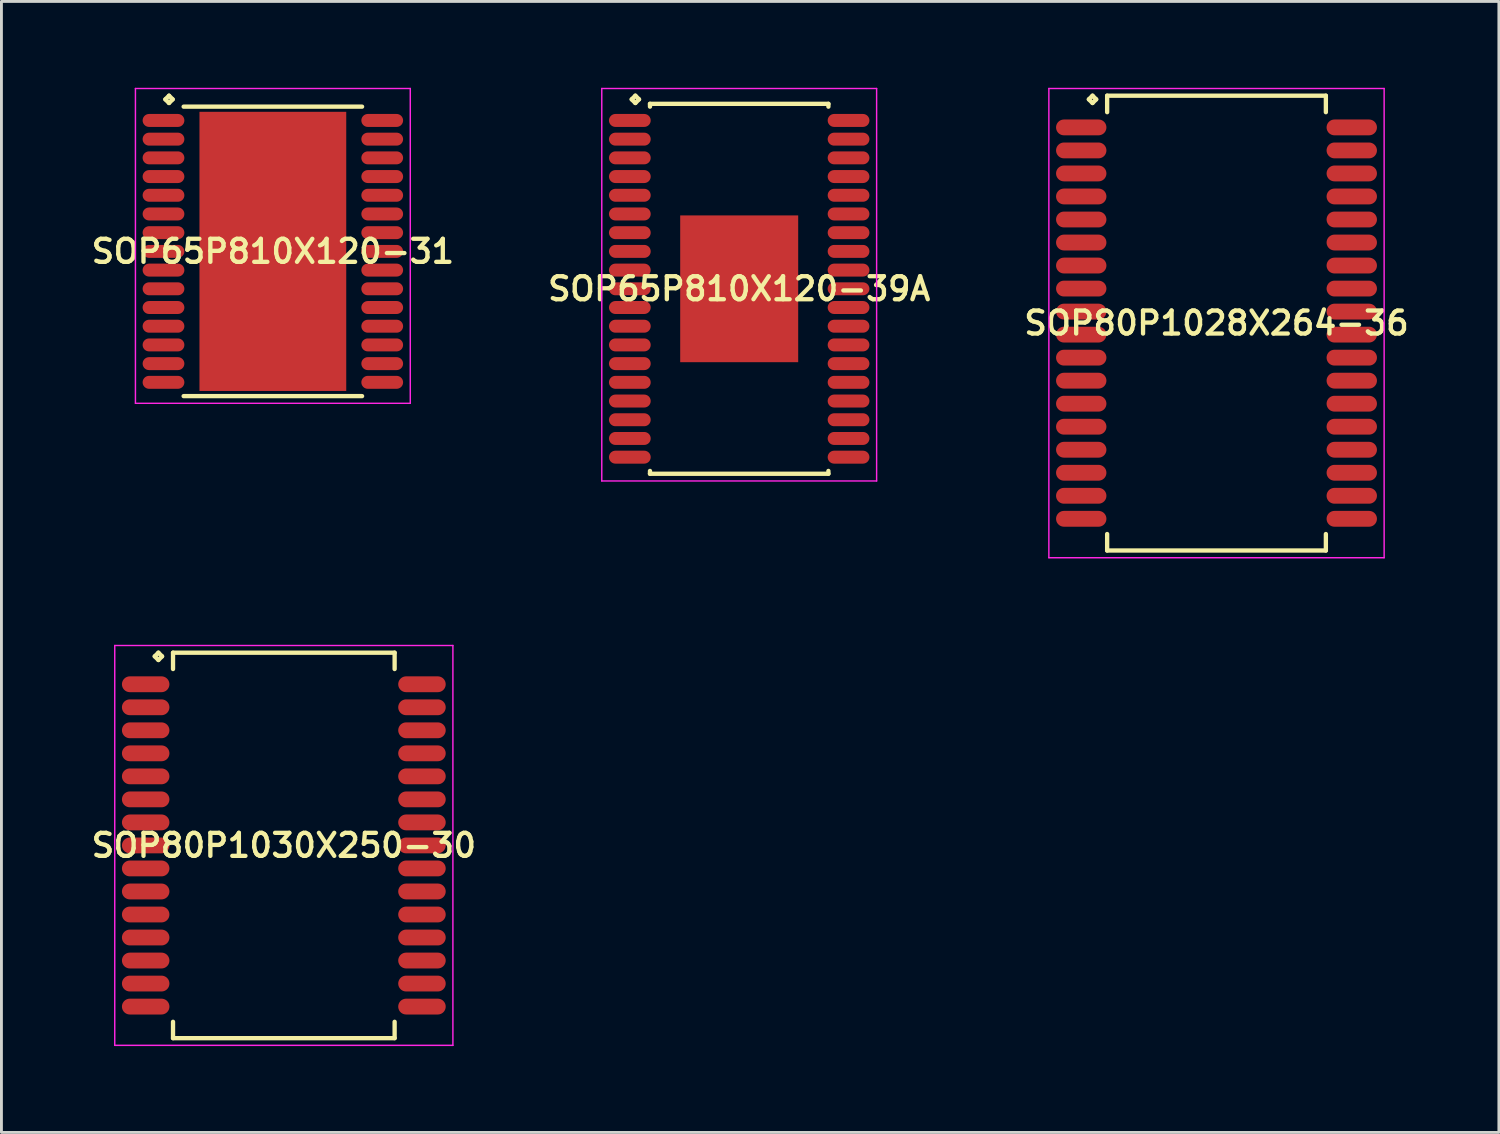
<source format=kicad_pcb>
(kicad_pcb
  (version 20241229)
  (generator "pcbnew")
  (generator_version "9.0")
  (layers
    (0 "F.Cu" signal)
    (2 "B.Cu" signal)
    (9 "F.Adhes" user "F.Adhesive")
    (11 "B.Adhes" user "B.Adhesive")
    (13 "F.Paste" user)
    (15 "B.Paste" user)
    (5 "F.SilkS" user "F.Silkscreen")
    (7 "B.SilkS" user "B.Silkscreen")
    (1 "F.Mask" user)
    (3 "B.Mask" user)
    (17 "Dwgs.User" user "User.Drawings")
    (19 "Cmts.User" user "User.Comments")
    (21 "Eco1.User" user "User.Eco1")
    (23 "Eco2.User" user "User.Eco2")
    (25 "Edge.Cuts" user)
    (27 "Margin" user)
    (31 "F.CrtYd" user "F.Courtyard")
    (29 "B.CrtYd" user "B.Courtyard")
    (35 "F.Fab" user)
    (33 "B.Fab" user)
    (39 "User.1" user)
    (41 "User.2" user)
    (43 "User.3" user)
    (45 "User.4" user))
  (footprint "SOP80P1030X250-30"
    (layer "F.Cu")
    (at 6.812 26.326)
    (property "Reference" "SOP80P1030X250-30" (at 0 0 0) (layer "F.SilkS") (effects (font (size 0.8 0.8) (thickness 0.15))))
    (attr smd)
    (fp_line (start -4.485 -6.57) (end -4.358 -6.697) (stroke (width 0.15) (type solid)) (layer "F.SilkS"))
    (fp_line (start -4.358 -6.697) (end -4.231 -6.57) (stroke (width 0.15) (type solid)) (layer "F.SilkS"))
    (fp_line (start -4.358 -6.443) (end -4.485 -6.57) (stroke (width 0.15) (type solid)) (layer "F.SilkS"))
    (fp_line (start -4.231 -6.57) (end -4.358 -6.443) (stroke (width 0.15) (type solid)) (layer "F.SilkS"))
    (fp_line (start -3.85 -6.697) (end 3.85 -6.697) (stroke (width 0.15) (type solid)) (layer "F.SilkS"))
    (fp_line (start -3.85 -6.129) (end -3.85 -6.697) (stroke (width 0.15) (type solid)) (layer "F.SilkS"))
    (fp_line (start -3.85 6.129) (end -3.85 6.697) (stroke (width 0.15) (type solid)) (layer "F.SilkS"))
    (fp_line (start -3.85 6.697) (end 3.85 6.697) (stroke (width 0.15) (type solid)) (layer "F.SilkS"))
    (fp_line (start 3.85 -6.697) (end 3.85 -6.129) (stroke (width 0.15) (type solid)) (layer "F.SilkS"))
    (fp_line (start 3.85 6.697) (end 3.85 6.129) (stroke (width 0.15) (type solid)) (layer "F.SilkS"))
    (fp_line (start -5.875 -6.947) (end 5.875 -6.947) (stroke (width 0.05) (type solid)) (layer "F.CrtYd"))
    (fp_line (start -5.875 6.947) (end -5.875 -6.947) (stroke (width 0.05) (type solid)) (layer "F.CrtYd"))
    (fp_line (start 5.875 -6.947) (end 5.875 6.947) (stroke (width 0.05) (type solid)) (layer "F.CrtYd"))
    (fp_line (start 5.875 6.947) (end -5.875 6.947) (stroke (width 0.05) (type solid)) (layer "F.CrtYd"))
    (pad "1" smd oval (at -4.8 -5.6) (size 1.65 0.55) (layers "F.Cu" "F.Mask" "F.Paste"))
    (pad "2" smd oval (at -4.8 -4.8) (size 1.65 0.55) (layers "F.Cu" "F.Mask" "F.Paste"))
    (pad "3" smd oval (at -4.8 -4) (size 1.65 0.55) (layers "F.Cu" "F.Mask" "F.Paste"))
    (pad "4" smd oval (at -4.8 -3.2) (size 1.65 0.55) (layers "F.Cu" "F.Mask" "F.Paste"))
    (pad "5" smd oval (at -4.8 -2.4) (size 1.65 0.55) (layers "F.Cu" "F.Mask" "F.Paste"))
    (pad "6" smd oval (at -4.8 -1.6) (size 1.65 0.55) (layers "F.Cu" "F.Mask" "F.Paste"))
    (pad "7" smd oval (at -4.8 -0.8) (size 1.65 0.55) (layers "F.Cu" "F.Mask" "F.Paste"))
    (pad "8" smd oval (at -4.8 0) (size 1.65 0.55) (layers "F.Cu" "F.Mask" "F.Paste"))
    (pad "9" smd oval (at -4.8 0.8) (size 1.65 0.55) (layers "F.Cu" "F.Mask" "F.Paste"))
    (pad "10" smd oval (at -4.8 1.6) (size 1.65 0.55) (layers "F.Cu" "F.Mask" "F.Paste"))
    (pad "11" smd oval (at -4.8 2.4) (size 1.65 0.55) (layers "F.Cu" "F.Mask" "F.Paste"))
    (pad "12" smd oval (at -4.8 3.2) (size 1.65 0.55) (layers "F.Cu" "F.Mask" "F.Paste"))
    (pad "13" smd oval (at -4.8 4) (size 1.65 0.55) (layers "F.Cu" "F.Mask" "F.Paste"))
    (pad "14" smd oval (at -4.8 4.8) (size 1.65 0.55) (layers "F.Cu" "F.Mask" "F.Paste"))
    (pad "15" smd oval (at -4.8 5.6) (size 1.65 0.55) (layers "F.Cu" "F.Mask" "F.Paste"))
    (pad "16" smd oval (at 4.8 5.6) (size 1.65 0.55) (layers "F.Cu" "F.Mask" "F.Paste"))
    (pad "17" smd oval (at 4.8 4.8) (size 1.65 0.55) (layers "F.Cu" "F.Mask" "F.Paste"))
    (pad "18" smd oval (at 4.8 4) (size 1.65 0.55) (layers "F.Cu" "F.Mask" "F.Paste"))
    (pad "19" smd oval (at 4.8 3.2) (size 1.65 0.55) (layers "F.Cu" "F.Mask" "F.Paste"))
    (pad "20" smd oval (at 4.8 2.4) (size 1.65 0.55) (layers "F.Cu" "F.Mask" "F.Paste"))
    (pad "21" smd oval (at 4.8 1.6) (size 1.65 0.55) (layers "F.Cu" "F.Mask" "F.Paste"))
    (pad "22" smd oval (at 4.8 0.8) (size 1.65 0.55) (layers "F.Cu" "F.Mask" "F.Paste"))
    (pad "23" smd oval (at 4.8 0) (size 1.65 0.55) (layers "F.Cu" "F.Mask" "F.Paste"))
    (pad "24" smd oval (at 4.8 -0.8) (size 1.65 0.55) (layers "F.Cu" "F.Mask" "F.Paste"))
    (pad "25" smd oval (at 4.8 -1.6) (size 1.65 0.55) (layers "F.Cu" "F.Mask" "F.Paste"))
    (pad "26" smd oval (at 4.8 -2.4) (size 1.65 0.55) (layers "F.Cu" "F.Mask" "F.Paste"))
    (pad "27" smd oval (at 4.8 -3.2) (size 1.65 0.55) (layers "F.Cu" "F.Mask" "F.Paste"))
    (pad "28" smd oval (at 4.8 -4) (size 1.65 0.55) (layers "F.Cu" "F.Mask" "F.Paste"))
    (pad "29" smd oval (at 4.8 -4.8) (size 1.65 0.55) (layers "F.Cu" "F.Mask" "F.Paste"))
    (pad "30" smd oval (at 4.8 -5.6) (size 1.65 0.55) (layers "F.Cu" "F.Mask" "F.Paste")))
  (footprint "SOP80P1028X264-36"
    (layer "F.Cu")
    (at 39.22 8.177)
    (property "Reference" "SOP80P1028X264-36" (at 0 0 0) (layer "F.SilkS") (effects (font (size 0.8 0.8) (thickness 0.15))))
    (attr smd)
    (fp_line (start -4.435 -7.775) (end -4.308 -7.902) (stroke (width 0.15) (type solid)) (layer "F.SilkS"))
    (fp_line (start -4.308 -7.902) (end -4.181 -7.775) (stroke (width 0.15) (type solid)) (layer "F.SilkS"))
    (fp_line (start -4.308 -7.648) (end -4.435 -7.775) (stroke (width 0.15) (type solid)) (layer "F.SilkS"))
    (fp_line (start -4.181 -7.775) (end -4.308 -7.648) (stroke (width 0.15) (type solid)) (layer "F.SilkS"))
    (fp_line (start -3.8 -7.902) (end 3.8 -7.902) (stroke (width 0.15) (type solid)) (layer "F.SilkS"))
    (fp_line (start -3.8 -7.329) (end -3.8 -7.902) (stroke (width 0.15) (type solid)) (layer "F.SilkS"))
    (fp_line (start -3.8 7.329) (end -3.8 7.902) (stroke (width 0.15) (type solid)) (layer "F.SilkS"))
    (fp_line (start -3.8 7.902) (end 3.8 7.902) (stroke (width 0.15) (type solid)) (layer "F.SilkS"))
    (fp_line (start 3.8 -7.902) (end 3.8 -7.329) (stroke (width 0.15) (type solid)) (layer "F.SilkS"))
    (fp_line (start 3.8 7.902) (end 3.8 7.329) (stroke (width 0.15) (type solid)) (layer "F.SilkS"))
    (fp_line (start -5.825 -8.152) (end 5.825 -8.152) (stroke (width 0.05) (type solid)) (layer "F.CrtYd"))
    (fp_line (start -5.825 8.152) (end -5.825 -8.152) (stroke (width 0.05) (type solid)) (layer "F.CrtYd"))
    (fp_line (start 5.825 -8.152) (end 5.825 8.152) (stroke (width 0.05) (type solid)) (layer "F.CrtYd"))
    (fp_line (start 5.825 8.152) (end -5.825 8.152) (stroke (width 0.05) (type solid)) (layer "F.CrtYd"))
    (pad "1" smd oval (at -4.7 -6.8) (size 1.75 0.55) (layers "F.Cu" "F.Mask" "F.Paste"))
    (pad "2" smd oval (at -4.7 -6) (size 1.75 0.55) (layers "F.Cu" "F.Mask" "F.Paste"))
    (pad "3" smd oval (at -4.7 -5.2) (size 1.75 0.55) (layers "F.Cu" "F.Mask" "F.Paste"))
    (pad "4" smd oval (at -4.7 -4.4) (size 1.75 0.55) (layers "F.Cu" "F.Mask" "F.Paste"))
    (pad "5" smd oval (at -4.7 -3.6) (size 1.75 0.55) (layers "F.Cu" "F.Mask" "F.Paste"))
    (pad "6" smd oval (at -4.7 -2.8) (size 1.75 0.55) (layers "F.Cu" "F.Mask" "F.Paste"))
    (pad "7" smd oval (at -4.7 -2) (size 1.75 0.55) (layers "F.Cu" "F.Mask" "F.Paste"))
    (pad "8" smd oval (at -4.7 -1.2) (size 1.75 0.55) (layers "F.Cu" "F.Mask" "F.Paste"))
    (pad "9" smd oval (at -4.7 -0.4) (size 1.75 0.55) (layers "F.Cu" "F.Mask" "F.Paste"))
    (pad "10" smd oval (at -4.7 0.4) (size 1.75 0.55) (layers "F.Cu" "F.Mask" "F.Paste"))
    (pad "11" smd oval (at -4.7 1.2) (size 1.75 0.55) (layers "F.Cu" "F.Mask" "F.Paste"))
    (pad "12" smd oval (at -4.7 2) (size 1.75 0.55) (layers "F.Cu" "F.Mask" "F.Paste"))
    (pad "13" smd oval (at -4.7 2.8) (size 1.75 0.55) (layers "F.Cu" "F.Mask" "F.Paste"))
    (pad "14" smd oval (at -4.7 3.6) (size 1.75 0.55) (layers "F.Cu" "F.Mask" "F.Paste"))
    (pad "15" smd oval (at -4.7 4.4) (size 1.75 0.55) (layers "F.Cu" "F.Mask" "F.Paste"))
    (pad "16" smd oval (at -4.7 5.2) (size 1.75 0.55) (layers "F.Cu" "F.Mask" "F.Paste"))
    (pad "17" smd oval (at -4.7 6) (size 1.75 0.55) (layers "F.Cu" "F.Mask" "F.Paste"))
    (pad "18" smd oval (at -4.7 6.8) (size 1.75 0.55) (layers "F.Cu" "F.Mask" "F.Paste"))
    (pad "19" smd oval (at 4.7 6.8) (size 1.75 0.55) (layers "F.Cu" "F.Mask" "F.Paste"))
    (pad "20" smd oval (at 4.7 6) (size 1.75 0.55) (layers "F.Cu" "F.Mask" "F.Paste"))
    (pad "21" smd oval (at 4.7 5.2) (size 1.75 0.55) (layers "F.Cu" "F.Mask" "F.Paste"))
    (pad "22" smd oval (at 4.7 4.4) (size 1.75 0.55) (layers "F.Cu" "F.Mask" "F.Paste"))
    (pad "23" smd oval (at 4.7 3.6) (size 1.75 0.55) (layers "F.Cu" "F.Mask" "F.Paste"))
    (pad "24" smd oval (at 4.7 2.8) (size 1.75 0.55) (layers "F.Cu" "F.Mask" "F.Paste"))
    (pad "25" smd oval (at 4.7 2) (size 1.75 0.55) (layers "F.Cu" "F.Mask" "F.Paste"))
    (pad "26" smd oval (at 4.7 1.2) (size 1.75 0.55) (layers "F.Cu" "F.Mask" "F.Paste"))
    (pad "27" smd oval (at 4.7 0.4) (size 1.75 0.55) (layers "F.Cu" "F.Mask" "F.Paste"))
    (pad "28" smd oval (at 4.7 -0.4) (size 1.75 0.55) (layers "F.Cu" "F.Mask" "F.Paste"))
    (pad "29" smd oval (at 4.7 -1.2) (size 1.75 0.55) (layers "F.Cu" "F.Mask" "F.Paste"))
    (pad "30" smd oval (at 4.7 -2) (size 1.75 0.55) (layers "F.Cu" "F.Mask" "F.Paste"))
    (pad "31" smd oval (at 4.7 -2.8) (size 1.75 0.55) (layers "F.Cu" "F.Mask" "F.Paste"))
    (pad "32" smd oval (at 4.7 -3.6) (size 1.75 0.55) (layers "F.Cu" "F.Mask" "F.Paste"))
    (pad "33" smd oval (at 4.7 -4.4) (size 1.75 0.55) (layers "F.Cu" "F.Mask" "F.Paste"))
    (pad "34" smd oval (at 4.7 -5.2) (size 1.75 0.55) (layers "F.Cu" "F.Mask" "F.Paste"))
    (pad "35" smd oval (at 4.7 -6) (size 1.75 0.55) (layers "F.Cu" "F.Mask" "F.Paste"))
    (pad "36" smd oval (at 4.7 -6.8) (size 1.75 0.55) (layers "F.Cu" "F.Mask" "F.Paste")))
  (footprint "SOP65P810X120-31"
    (layer "F.Cu")
    (at 6.431 5.685)
    (property "Reference" "SOP65P810X120-31" (at 0 0 0) (layer "F.SilkS") (effects (font (size 0.8 0.8) (thickness 0.15))))
    (attr smd)
    (fp_line (start -3.735 -5.283) (end -3.608 -5.41) (stroke (width 0.15) (type solid)) (layer "F.SilkS"))
    (fp_line (start -3.608 -5.41) (end -3.481 -5.283) (stroke (width 0.15) (type solid)) (layer "F.SilkS"))
    (fp_line (start -3.608 -5.156) (end -3.735 -5.283) (stroke (width 0.15) (type solid)) (layer "F.SilkS"))
    (fp_line (start -3.481 -5.283) (end -3.608 -5.156) (stroke (width 0.15) (type solid)) (layer "F.SilkS"))
    (fp_line (start -3.1 -5.029) (end 3.1 -5.029) (stroke (width 0.15) (type solid)) (layer "F.SilkS"))
    (fp_line (start -3.1 5.029) (end 3.1 5.029) (stroke (width 0.15) (type solid)) (layer "F.SilkS"))
    (fp_line (start -4.775 -5.66) (end 4.775 -5.66) (stroke (width 0.05) (type solid)) (layer "F.CrtYd"))
    (fp_line (start -4.775 5.279) (end -4.775 -5.66) (stroke (width 0.05) (type solid)) (layer "F.CrtYd"))
    (fp_line (start 4.775 -5.66) (end 4.775 5.279) (stroke (width 0.05) (type solid)) (layer "F.CrtYd"))
    (fp_line (start 4.775 5.279) (end -4.775 5.279) (stroke (width 0.05) (type solid)) (layer "F.CrtYd"))
    (pad "1" smd oval (at -3.8 -4.55) (size 1.45 0.45) (layers "F.Cu" "F.Mask" "F.Paste"))
    (pad "2" smd oval (at -3.8 -3.9) (size 1.45 0.45) (layers "F.Cu" "F.Mask" "F.Paste"))
    (pad "3" smd oval (at -3.8 -3.25) (size 1.45 0.45) (layers "F.Cu" "F.Mask" "F.Paste"))
    (pad "4" smd oval (at -3.8 -2.6) (size 1.45 0.45) (layers "F.Cu" "F.Mask" "F.Paste"))
    (pad "5" smd oval (at -3.8 -1.95) (size 1.45 0.45) (layers "F.Cu" "F.Mask" "F.Paste"))
    (pad "6" smd oval (at -3.8 -1.3) (size 1.45 0.45) (layers "F.Cu" "F.Mask" "F.Paste"))
    (pad "7" smd oval (at -3.8 -0.65) (size 1.45 0.45) (layers "F.Cu" "F.Mask" "F.Paste"))
    (pad "8" smd oval (at -3.8 0) (size 1.45 0.45) (layers "F.Cu" "F.Mask" "F.Paste"))
    (pad "9" smd oval (at -3.8 0.65) (size 1.45 0.45) (layers "F.Cu" "F.Mask" "F.Paste"))
    (pad "10" smd oval (at -3.8 1.3) (size 1.45 0.45) (layers "F.Cu" "F.Mask" "F.Paste"))
    (pad "11" smd oval (at -3.8 1.95) (size 1.45 0.45) (layers "F.Cu" "F.Mask" "F.Paste"))
    (pad "12" smd oval (at -3.8 2.6) (size 1.45 0.45) (layers "F.Cu" "F.Mask" "F.Paste"))
    (pad "13" smd oval (at -3.8 3.25) (size 1.45 0.45) (layers "F.Cu" "F.Mask" "F.Paste"))
    (pad "14" smd oval (at -3.8 3.9) (size 1.45 0.45) (layers "F.Cu" "F.Mask" "F.Paste"))
    (pad "15" smd oval (at -3.8 4.55) (size 1.45 0.45) (layers "F.Cu" "F.Mask" "F.Paste"))
    (pad "16" smd oval (at 3.8 4.55) (size 1.45 0.45) (layers "F.Cu" "F.Mask" "F.Paste"))
    (pad "17" smd oval (at 3.8 3.9) (size 1.45 0.45) (layers "F.Cu" "F.Mask" "F.Paste"))
    (pad "18" smd oval (at 3.8 3.25) (size 1.45 0.45) (layers "F.Cu" "F.Mask" "F.Paste"))
    (pad "19" smd oval (at 3.8 2.6) (size 1.45 0.45) (layers "F.Cu" "F.Mask" "F.Paste"))
    (pad "20" smd oval (at 3.8 1.95) (size 1.45 0.45) (layers "F.Cu" "F.Mask" "F.Paste"))
    (pad "21" smd oval (at 3.8 1.3) (size 1.45 0.45) (layers "F.Cu" "F.Mask" "F.Paste"))
    (pad "22" smd oval (at 3.8 0.65) (size 1.45 0.45) (layers "F.Cu" "F.Mask" "F.Paste"))
    (pad "23" smd oval (at 3.8 0) (size 1.45 0.45) (layers "F.Cu" "F.Mask" "F.Paste"))
    (pad "24" smd oval (at 3.8 -0.65) (size 1.45 0.45) (layers "F.Cu" "F.Mask" "F.Paste"))
    (pad "25" smd oval (at 3.8 -1.3) (size 1.45 0.45) (layers "F.Cu" "F.Mask" "F.Paste"))
    (pad "26" smd oval (at 3.8 -1.95) (size 1.45 0.45) (layers "F.Cu" "F.Mask" "F.Paste"))
    (pad "27" smd oval (at 3.8 -2.6) (size 1.45 0.45) (layers "F.Cu" "F.Mask" "F.Paste"))
    (pad "28" smd oval (at 3.8 -3.25) (size 1.45 0.45) (layers "F.Cu" "F.Mask" "F.Paste"))
    (pad "29" smd oval (at 3.8 -3.9) (size 1.45 0.45) (layers "F.Cu" "F.Mask" "F.Paste"))
    (pad "30" smd oval (at 3.8 -4.55) (size 1.45 0.45) (layers "F.Cu" "F.Mask" "F.Paste"))
    (pad "31" smd rect (at 0 0) (size 5.1 9.7) (layers "F.Cu" "F.Mask" "F.Paste")))
  (footprint "SOP65P810X120-39A"
    (layer "F.Cu")
    (at 22.635 6.985)
    (property "Reference" "SOP65P810X120-39A" (at 0 0 0) (layer "F.SilkS") (effects (font (size 0.8 0.8) (thickness 0.15))))
    (attr smd)
    (fp_line (start -3.735 -6.583) (end -3.608 -6.71) (stroke (width 0.15) (type solid)) (layer "F.SilkS"))
    (fp_line (start -3.608 -6.71) (end -3.481 -6.583) (stroke (width 0.15) (type solid)) (layer "F.SilkS"))
    (fp_line (start -3.608 -6.456) (end -3.735 -6.583) (stroke (width 0.15) (type solid)) (layer "F.SilkS"))
    (fp_line (start -3.481 -6.583) (end -3.608 -6.456) (stroke (width 0.15) (type solid)) (layer "F.SilkS"))
    (fp_line (start -3.1 -6.427) (end 3.1 -6.427) (stroke (width 0.15) (type solid)) (layer "F.SilkS"))
    (fp_line (start -3.1 -6.329) (end -3.1 -6.427) (stroke (width 0.15) (type solid)) (layer "F.SilkS"))
    (fp_line (start -3.1 6.329) (end -3.1 6.427) (stroke (width 0.15) (type solid)) (layer "F.SilkS"))
    (fp_line (start -3.1 6.427) (end 3.1 6.427) (stroke (width 0.15) (type solid)) (layer "F.SilkS"))
    (fp_line (start 3.1 -6.427) (end 3.1 -6.329) (stroke (width 0.15) (type solid)) (layer "F.SilkS"))
    (fp_line (start 3.1 6.427) (end 3.1 6.329) (stroke (width 0.15) (type solid)) (layer "F.SilkS"))
    (fp_line (start -4.775 -6.96) (end 4.775 -6.96) (stroke (width 0.05) (type solid)) (layer "F.CrtYd"))
    (fp_line (start -4.775 6.677) (end -4.775 -6.96) (stroke (width 0.05) (type solid)) (layer "F.CrtYd"))
    (fp_line (start 4.775 -6.96) (end 4.775 6.677) (stroke (width 0.05) (type solid)) (layer "F.CrtYd"))
    (fp_line (start 4.775 6.677) (end -4.775 6.677) (stroke (width 0.05) (type solid)) (layer "F.CrtYd"))
    (pad "1" smd oval (at -3.8 -5.85) (size 1.45 0.45) (layers "F.Cu" "F.Mask" "F.Paste"))
    (pad "2" smd oval (at -3.8 -5.2) (size 1.45 0.45) (layers "F.Cu" "F.Mask" "F.Paste"))
    (pad "3" smd oval (at -3.8 -4.55) (size 1.45 0.45) (layers "F.Cu" "F.Mask" "F.Paste"))
    (pad "4" smd oval (at -3.8 -3.9) (size 1.45 0.45) (layers "F.Cu" "F.Mask" "F.Paste"))
    (pad "5" smd oval (at -3.8 -3.25) (size 1.45 0.45) (layers "F.Cu" "F.Mask" "F.Paste"))
    (pad "6" smd oval (at -3.8 -2.6) (size 1.45 0.45) (layers "F.Cu" "F.Mask" "F.Paste"))
    (pad "7" smd oval (at -3.8 -1.95) (size 1.45 0.45) (layers "F.Cu" "F.Mask" "F.Paste"))
    (pad "8" smd oval (at -3.8 -1.3) (size 1.45 0.45) (layers "F.Cu" "F.Mask" "F.Paste"))
    (pad "9" smd oval (at -3.8 -0.65) (size 1.45 0.45) (layers "F.Cu" "F.Mask" "F.Paste"))
    (pad "10" smd oval (at -3.8 0) (size 1.45 0.45) (layers "F.Cu" "F.Mask" "F.Paste"))
    (pad "11" smd oval (at -3.8 0.65) (size 1.45 0.45) (layers "F.Cu" "F.Mask" "F.Paste"))
    (pad "12" smd oval (at -3.8 1.3) (size 1.45 0.45) (layers "F.Cu" "F.Mask" "F.Paste"))
    (pad "13" smd oval (at -3.8 1.95) (size 1.45 0.45) (layers "F.Cu" "F.Mask" "F.Paste"))
    (pad "14" smd oval (at -3.8 2.6) (size 1.45 0.45) (layers "F.Cu" "F.Mask" "F.Paste"))
    (pad "15" smd oval (at -3.8 3.25) (size 1.45 0.45) (layers "F.Cu" "F.Mask" "F.Paste"))
    (pad "16" smd oval (at -3.8 3.9) (size 1.45 0.45) (layers "F.Cu" "F.Mask" "F.Paste"))
    (pad "17" smd oval (at -3.8 4.55) (size 1.45 0.45) (layers "F.Cu" "F.Mask" "F.Paste"))
    (pad "18" smd oval (at -3.8 5.2) (size 1.45 0.45) (layers "F.Cu" "F.Mask" "F.Paste"))
    (pad "19" smd oval (at -3.8 5.85) (size 1.45 0.45) (layers "F.Cu" "F.Mask" "F.Paste"))
    (pad "20" smd oval (at 3.8 5.85) (size 1.45 0.45) (layers "F.Cu" "F.Mask" "F.Paste"))
    (pad "21" smd oval (at 3.8 5.2) (size 1.45 0.45) (layers "F.Cu" "F.Mask" "F.Paste"))
    (pad "22" smd oval (at 3.8 4.55) (size 1.45 0.45) (layers "F.Cu" "F.Mask" "F.Paste"))
    (pad "23" smd oval (at 3.8 3.9) (size 1.45 0.45) (layers "F.Cu" "F.Mask" "F.Paste"))
    (pad "24" smd oval (at 3.8 3.25) (size 1.45 0.45) (layers "F.Cu" "F.Mask" "F.Paste"))
    (pad "25" smd oval (at 3.8 2.6) (size 1.45 0.45) (layers "F.Cu" "F.Mask" "F.Paste"))
    (pad "26" smd oval (at 3.8 1.95) (size 1.45 0.45) (layers "F.Cu" "F.Mask" "F.Paste"))
    (pad "27" smd oval (at 3.8 1.3) (size 1.45 0.45) (layers "F.Cu" "F.Mask" "F.Paste"))
    (pad "28" smd oval (at 3.8 0.65) (size 1.45 0.45) (layers "F.Cu" "F.Mask" "F.Paste"))
    (pad "29" smd oval (at 3.8 0) (size 1.45 0.45) (layers "F.Cu" "F.Mask" "F.Paste"))
    (pad "30" smd oval (at 3.8 -0.65) (size 1.45 0.45) (layers "F.Cu" "F.Mask" "F.Paste"))
    (pad "31" smd oval (at 3.8 -1.3) (size 1.45 0.45) (layers "F.Cu" "F.Mask" "F.Paste"))
    (pad "32" smd oval (at 3.8 -1.95) (size 1.45 0.45) (layers "F.Cu" "F.Mask" "F.Paste"))
    (pad "33" smd oval (at 3.8 -2.6) (size 1.45 0.45) (layers "F.Cu" "F.Mask" "F.Paste"))
    (pad "34" smd oval (at 3.8 -3.25) (size 1.45 0.45) (layers "F.Cu" "F.Mask" "F.Paste"))
    (pad "35" smd oval (at 3.8 -3.9) (size 1.45 0.45) (layers "F.Cu" "F.Mask" "F.Paste"))
    (pad "36" smd oval (at 3.8 -4.55) (size 1.45 0.45) (layers "F.Cu" "F.Mask" "F.Paste"))
    (pad "37" smd oval (at 3.8 -5.2) (size 1.45 0.45) (layers "F.Cu" "F.Mask" "F.Paste"))
    (pad "38" smd oval (at 3.8 -5.85) (size 1.45 0.45) (layers "F.Cu" "F.Mask" "F.Paste"))
    (pad "39" smd rect (at 0 0) (size 4.1 5.1) (layers "F.Cu" "F.Mask" "F.Paste")))
  (gr_rect
    (start -3 -3)
    (end 49.032 36.298)
    (stroke (width 0.1) (type default))
    (fill no)
    (layer "Edge.Cuts")))
</source>
